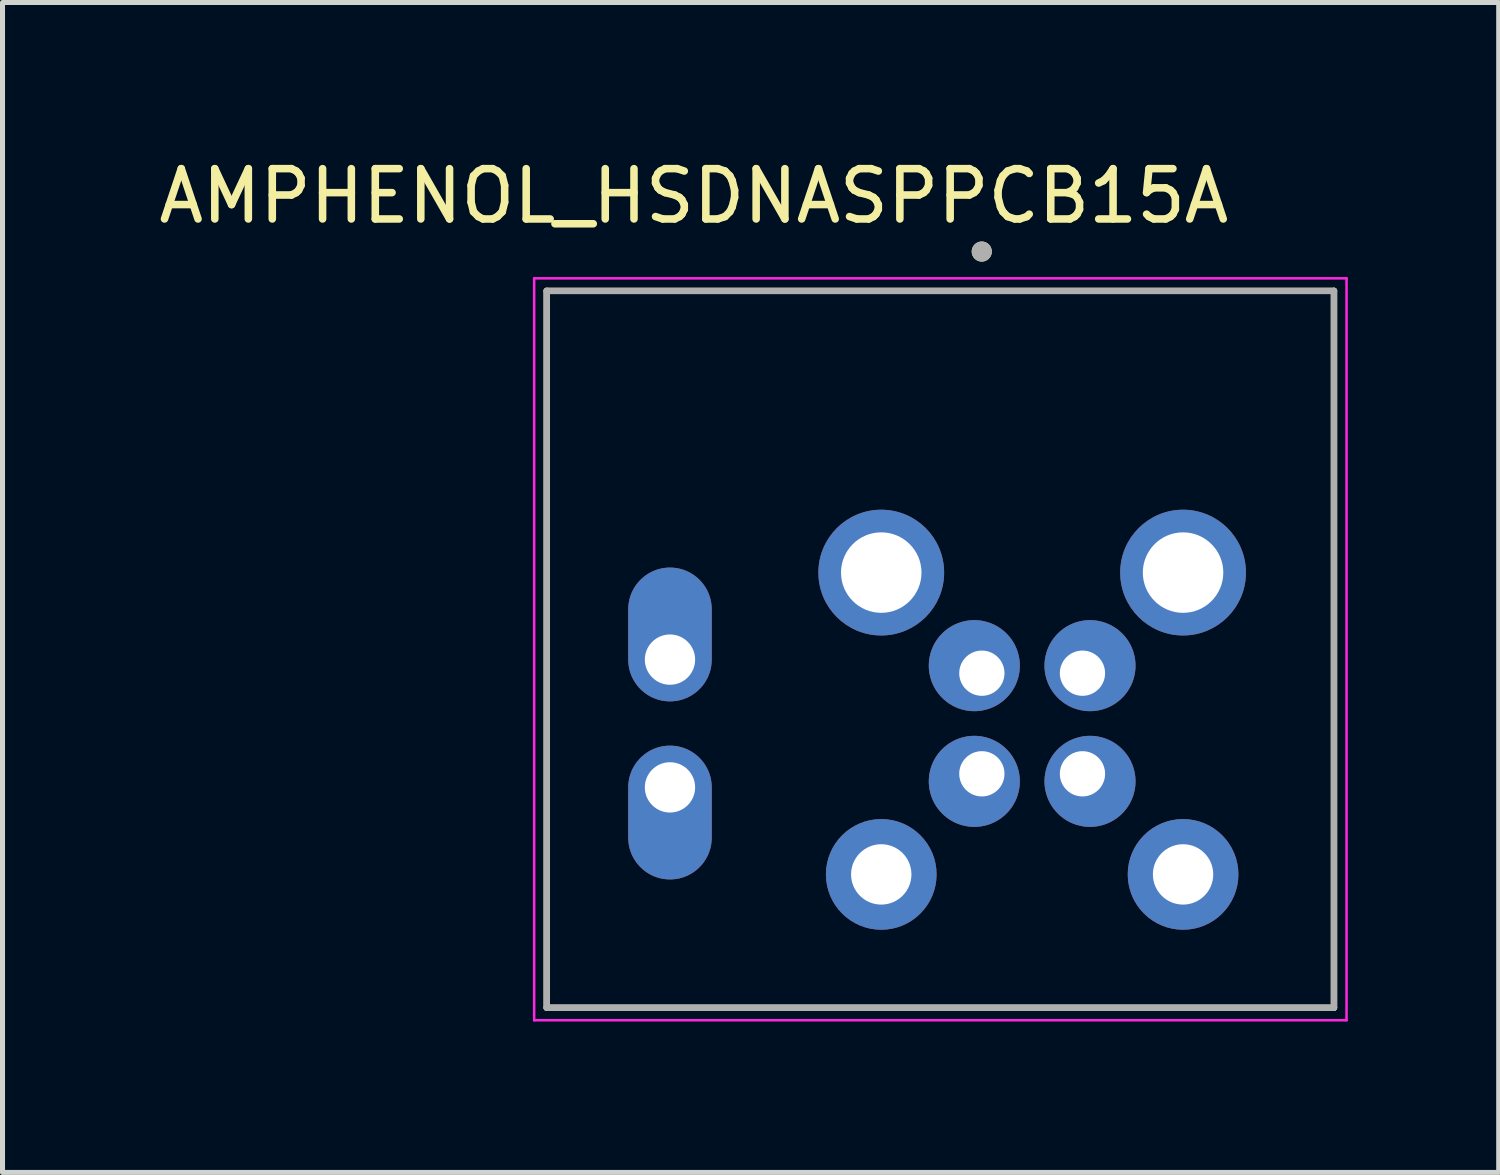
<source format=kicad_pcb>
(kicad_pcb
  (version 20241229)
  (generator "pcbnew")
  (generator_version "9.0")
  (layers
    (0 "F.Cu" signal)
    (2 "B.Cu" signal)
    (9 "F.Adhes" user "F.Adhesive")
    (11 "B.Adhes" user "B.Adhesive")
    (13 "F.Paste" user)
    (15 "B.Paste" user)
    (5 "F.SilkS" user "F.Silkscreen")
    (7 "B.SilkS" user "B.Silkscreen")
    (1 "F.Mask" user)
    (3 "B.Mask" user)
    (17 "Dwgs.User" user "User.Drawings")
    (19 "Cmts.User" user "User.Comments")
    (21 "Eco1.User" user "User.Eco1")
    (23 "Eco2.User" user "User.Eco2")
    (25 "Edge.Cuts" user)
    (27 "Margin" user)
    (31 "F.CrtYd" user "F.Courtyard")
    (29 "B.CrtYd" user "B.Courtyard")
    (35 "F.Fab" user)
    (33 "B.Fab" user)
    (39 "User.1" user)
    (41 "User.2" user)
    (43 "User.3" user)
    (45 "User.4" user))
  (footprint "AMPHENOL_HSDNASPPCB15A"
    (layer "F.Cu")
    (at 17.469 11.333)
    (property "Reference" "AMPHENOL_HSDNASPPCB15A" (at -6.725 -10.485 0) (layer "F.SilkS") (effects (font (size 1 1) (thickness 0.15))))
    (attr through_hole)
    (fp_poly (pts (xy -1.15 -0.15) (xy -1.202 -0.151) (xy -1.255 -0.155) (xy -1.306 -0.162) (xy -1.358 -0.172) (xy -1.409 -0.184) (xy -1.459 -0.199) (xy -1.508 -0.216) (xy -1.557 -0.236) (xy -1.604 -0.259) (xy -1.65 -0.284) (xy -1.695 -0.311) (xy -1.738 -0.341) (xy -1.779 -0.373) (xy -1.819 -0.407) (xy -1.857 -0.443) (xy -1.893 -0.481) (xy -1.927 -0.521) (xy -1.959 -0.562) (xy -1.989 -0.605) (xy -2.016 -0.65) (xy -2.041 -0.696) (xy -2.064 -0.743) (xy -2.084 -0.792) (xy -2.101 -0.841) (xy -2.116 -0.891) (xy -2.128 -0.942) (xy -2.138 -0.994) (xy -2.145 -1.045) (xy -2.149 -1.098) (xy -2.15 -1.15) (xy -2.149 -1.202) (xy -2.145 -1.255) (xy -2.138 -1.306) (xy -2.128 -1.358) (xy -2.116 -1.409) (xy -2.101 -1.459) (xy -2.084 -1.508) (xy -2.064 -1.557) (xy -2.041 -1.604) (xy -2.016 -1.65) (xy -1.989 -1.695) (xy -1.959 -1.738) (xy -1.927 -1.779) (xy -1.893 -1.819) (xy -1.857 -1.857) (xy -1.819 -1.893) (xy -1.779 -1.927) (xy -1.738 -1.959) (xy -1.695 -1.989) (xy -1.65 -2.016) (xy -1.604 -2.041) (xy -1.557 -2.064) (xy -1.508 -2.084) (xy -1.459 -2.101) (xy -1.409 -2.116) (xy -1.358 -2.128) (xy -1.306 -2.138) (xy -1.255 -2.145) (xy -1.202 -2.149) (xy -1.15 -2.15) (xy -1.098 -2.149) (xy -1.045 -2.145) (xy -0.994 -2.138) (xy -0.942 -2.128) (xy -0.891 -2.116) (xy -0.841 -2.101) (xy -0.792 -2.084) (xy -0.743 -2.064) (xy -0.696 -2.041) (xy -0.65 -2.016) (xy -0.605 -1.989) (xy -0.562 -1.959) (xy -0.521 -1.927) (xy -0.481 -1.893) (xy -0.443 -1.857) (xy -0.407 -1.819) (xy -0.373 -1.779) (xy -0.341 -1.738) (xy -0.311 -1.695) (xy -0.284 -1.65) (xy -0.259 -1.604) (xy -0.236 -1.557) (xy -0.216 -1.508) (xy -0.199 -1.459) (xy -0.184 -1.409) (xy -0.172 -1.358) (xy -0.162 -1.306) (xy -0.155 -1.255) (xy -0.151 -1.202) (xy -0.15 -1.15) (xy -0.151 -1.098) (xy -0.155 -1.045) (xy -0.162 -0.994) (xy -0.172 -0.942) (xy -0.184 -0.891) (xy -0.199 -0.841) (xy -0.216 -0.792) (xy -0.236 -0.743) (xy -0.259 -0.696) (xy -0.284 -0.65) (xy -0.311 -0.605) (xy -0.341 -0.562) (xy -0.373 -0.521) (xy -0.407 -0.481) (xy -0.443 -0.443) (xy -0.481 -0.407) (xy -0.521 -0.373) (xy -0.562 -0.341) (xy -0.605 -0.311) (xy -0.65 -0.284) (xy -0.696 -0.259) (xy -0.743 -0.236) (xy -0.792 -0.216) (xy -0.841 -0.199) (xy -0.891 -0.184) (xy -0.942 -0.172) (xy -0.994 -0.162) (xy -1.045 -0.155) (xy -1.098 -0.151) (xy -1.15 -0.15)) (stroke (width 0.01) (type solid)) (fill yes) (layer "F.Mask"))
    (fp_poly (pts (xy -1.15 2.15) (xy -1.202 2.149) (xy -1.255 2.145) (xy -1.306 2.138) (xy -1.358 2.128) (xy -1.409 2.116) (xy -1.459 2.101) (xy -1.508 2.084) (xy -1.557 2.064) (xy -1.604 2.041) (xy -1.65 2.016) (xy -1.695 1.989) (xy -1.738 1.959) (xy -1.779 1.927) (xy -1.819 1.893) (xy -1.857 1.857) (xy -1.893 1.819) (xy -1.927 1.779) (xy -1.959 1.738) (xy -1.989 1.695) (xy -2.016 1.65) (xy -2.041 1.604) (xy -2.064 1.557) (xy -2.084 1.508) (xy -2.101 1.459) (xy -2.116 1.409) (xy -2.128 1.358) (xy -2.138 1.306) (xy -2.145 1.255) (xy -2.149 1.202) (xy -2.15 1.15) (xy -2.149 1.098) (xy -2.145 1.045) (xy -2.138 0.994) (xy -2.128 0.942) (xy -2.116 0.891) (xy -2.101 0.841) (xy -2.084 0.792) (xy -2.064 0.743) (xy -2.041 0.696) (xy -2.016 0.65) (xy -1.989 0.605) (xy -1.959 0.562) (xy -1.927 0.521) (xy -1.893 0.481) (xy -1.857 0.443) (xy -1.819 0.407) (xy -1.779 0.373) (xy -1.738 0.341) (xy -1.695 0.311) (xy -1.65 0.284) (xy -1.604 0.259) (xy -1.557 0.236) (xy -1.508 0.216) (xy -1.459 0.199) (xy -1.409 0.184) (xy -1.358 0.172) (xy -1.306 0.162) (xy -1.255 0.155) (xy -1.202 0.151) (xy -1.15 0.15) (xy -1.098 0.151) (xy -1.045 0.155) (xy -0.994 0.162) (xy -0.942 0.172) (xy -0.891 0.184) (xy -0.841 0.199) (xy -0.792 0.216) (xy -0.743 0.236) (xy -0.696 0.259) (xy -0.65 0.284) (xy -0.605 0.311) (xy -0.562 0.341) (xy -0.521 0.373) (xy -0.481 0.407) (xy -0.443 0.443) (xy -0.407 0.481) (xy -0.373 0.521) (xy -0.341 0.562) (xy -0.311 0.605) (xy -0.284 0.65) (xy -0.259 0.696) (xy -0.236 0.743) (xy -0.216 0.792) (xy -0.199 0.841) (xy -0.184 0.891) (xy -0.172 0.942) (xy -0.162 0.994) (xy -0.155 1.045) (xy -0.151 1.098) (xy -0.15 1.15) (xy -0.151 1.202) (xy -0.155 1.255) (xy -0.162 1.306) (xy -0.172 1.358) (xy -0.184 1.409) (xy -0.199 1.459) (xy -0.216 1.508) (xy -0.236 1.557) (xy -0.259 1.604) (xy -0.284 1.65) (xy -0.311 1.695) (xy -0.341 1.738) (xy -0.373 1.779) (xy -0.407 1.819) (xy -0.443 1.857) (xy -0.481 1.893) (xy -0.521 1.927) (xy -0.562 1.959) (xy -0.605 1.989) (xy -0.65 2.016) (xy -0.696 2.041) (xy -0.743 2.064) (xy -0.792 2.084) (xy -0.841 2.101) (xy -0.891 2.116) (xy -0.942 2.128) (xy -0.994 2.138) (xy -1.045 2.145) (xy -1.098 2.149) (xy -1.15 2.15)) (stroke (width 0.01) (type solid)) (fill yes) (layer "F.Mask"))
    (fp_poly (pts (xy 1.15 -0.15) (xy 1.098 -0.151) (xy 1.045 -0.155) (xy 0.994 -0.162) (xy 0.942 -0.172) (xy 0.891 -0.184) (xy 0.841 -0.199) (xy 0.792 -0.216) (xy 0.743 -0.236) (xy 0.696 -0.259) (xy 0.65 -0.284) (xy 0.605 -0.311) (xy 0.562 -0.341) (xy 0.521 -0.373) (xy 0.481 -0.407) (xy 0.443 -0.443) (xy 0.407 -0.481) (xy 0.373 -0.521) (xy 0.341 -0.562) (xy 0.311 -0.605) (xy 0.284 -0.65) (xy 0.259 -0.696) (xy 0.236 -0.743) (xy 0.216 -0.792) (xy 0.199 -0.841) (xy 0.184 -0.891) (xy 0.172 -0.942) (xy 0.162 -0.994) (xy 0.155 -1.045) (xy 0.151 -1.098) (xy 0.15 -1.15) (xy 0.151 -1.202) (xy 0.155 -1.255) (xy 0.162 -1.306) (xy 0.172 -1.358) (xy 0.184 -1.409) (xy 0.199 -1.459) (xy 0.216 -1.508) (xy 0.236 -1.557) (xy 0.259 -1.604) (xy 0.284 -1.65) (xy 0.311 -1.695) (xy 0.341 -1.738) (xy 0.373 -1.779) (xy 0.407 -1.819) (xy 0.443 -1.857) (xy 0.481 -1.893) (xy 0.521 -1.927) (xy 0.562 -1.959) (xy 0.605 -1.989) (xy 0.65 -2.016) (xy 0.696 -2.041) (xy 0.743 -2.064) (xy 0.792 -2.084) (xy 0.841 -2.101) (xy 0.891 -2.116) (xy 0.942 -2.128) (xy 0.994 -2.138) (xy 1.045 -2.145) (xy 1.098 -2.149) (xy 1.15 -2.15) (xy 1.202 -2.149) (xy 1.255 -2.145) (xy 1.306 -2.138) (xy 1.358 -2.128) (xy 1.409 -2.116) (xy 1.459 -2.101) (xy 1.508 -2.084) (xy 1.557 -2.064) (xy 1.604 -2.041) (xy 1.65 -2.016) (xy 1.695 -1.989) (xy 1.738 -1.959) (xy 1.779 -1.927) (xy 1.819 -1.893) (xy 1.857 -1.857) (xy 1.893 -1.819) (xy 1.927 -1.779) (xy 1.959 -1.738) (xy 1.989 -1.695) (xy 2.016 -1.65) (xy 2.041 -1.604) (xy 2.064 -1.557) (xy 2.084 -1.508) (xy 2.101 -1.459) (xy 2.116 -1.409) (xy 2.128 -1.358) (xy 2.138 -1.306) (xy 2.145 -1.255) (xy 2.149 -1.202) (xy 2.15 -1.15) (xy 2.149 -1.098) (xy 2.145 -1.045) (xy 2.138 -0.994) (xy 2.128 -0.942) (xy 2.116 -0.891) (xy 2.101 -0.841) (xy 2.084 -0.792) (xy 2.064 -0.743) (xy 2.041 -0.696) (xy 2.016 -0.65) (xy 1.989 -0.605) (xy 1.959 -0.562) (xy 1.927 -0.521) (xy 1.893 -0.481) (xy 1.857 -0.443) (xy 1.819 -0.407) (xy 1.779 -0.373) (xy 1.738 -0.341) (xy 1.695 -0.311) (xy 1.65 -0.284) (xy 1.604 -0.259) (xy 1.557 -0.236) (xy 1.508 -0.216) (xy 1.459 -0.199) (xy 1.409 -0.184) (xy 1.358 -0.172) (xy 1.306 -0.162) (xy 1.255 -0.155) (xy 1.202 -0.151) (xy 1.15 -0.15)) (stroke (width 0.01) (type solid)) (fill yes) (layer "F.Mask"))
    (fp_poly (pts (xy 1.15 2.15) (xy 1.098 2.149) (xy 1.045 2.145) (xy 0.994 2.138) (xy 0.942 2.128) (xy 0.891 2.116) (xy 0.841 2.101) (xy 0.792 2.084) (xy 0.743 2.064) (xy 0.696 2.041) (xy 0.65 2.016) (xy 0.605 1.989) (xy 0.562 1.959) (xy 0.521 1.927) (xy 0.481 1.893) (xy 0.443 1.857) (xy 0.407 1.819) (xy 0.373 1.779) (xy 0.341 1.738) (xy 0.311 1.695) (xy 0.284 1.65) (xy 0.259 1.604) (xy 0.236 1.557) (xy 0.216 1.508) (xy 0.199 1.459) (xy 0.184 1.409) (xy 0.172 1.358) (xy 0.162 1.306) (xy 0.155 1.255) (xy 0.151 1.202) (xy 0.15 1.15) (xy 0.151 1.098) (xy 0.155 1.045) (xy 0.162 0.994) (xy 0.172 0.942) (xy 0.184 0.891) (xy 0.199 0.841) (xy 0.216 0.792) (xy 0.236 0.743) (xy 0.259 0.696) (xy 0.284 0.65) (xy 0.311 0.605) (xy 0.341 0.562) (xy 0.373 0.521) (xy 0.407 0.481) (xy 0.443 0.443) (xy 0.481 0.407) (xy 0.521 0.373) (xy 0.562 0.341) (xy 0.605 0.311) (xy 0.65 0.284) (xy 0.696 0.259) (xy 0.743 0.236) (xy 0.792 0.216) (xy 0.841 0.199) (xy 0.891 0.184) (xy 0.942 0.172) (xy 0.994 0.162) (xy 1.045 0.155) (xy 1.098 0.151) (xy 1.15 0.15) (xy 1.202 0.151) (xy 1.255 0.155) (xy 1.306 0.162) (xy 1.358 0.172) (xy 1.409 0.184) (xy 1.459 0.199) (xy 1.508 0.216) (xy 1.557 0.236) (xy 1.604 0.259) (xy 1.65 0.284) (xy 1.695 0.311) (xy 1.738 0.341) (xy 1.779 0.373) (xy 1.819 0.407) (xy 1.857 0.443) (xy 1.893 0.481) (xy 1.927 0.521) (xy 1.959 0.562) (xy 1.989 0.605) (xy 2.016 0.65) (xy 2.041 0.696) (xy 2.064 0.743) (xy 2.084 0.792) (xy 2.101 0.841) (xy 2.116 0.891) (xy 2.128 0.942) (xy 2.138 0.994) (xy 2.145 1.045) (xy 2.149 1.098) (xy 2.15 1.15) (xy 2.149 1.202) (xy 2.145 1.255) (xy 2.138 1.306) (xy 2.128 1.358) (xy 2.116 1.409) (xy 2.101 1.459) (xy 2.084 1.508) (xy 2.064 1.557) (xy 2.041 1.604) (xy 2.016 1.65) (xy 1.989 1.695) (xy 1.959 1.738) (xy 1.927 1.779) (xy 1.893 1.819) (xy 1.857 1.857) (xy 1.819 1.893) (xy 1.779 1.927) (xy 1.738 1.959) (xy 1.695 1.989) (xy 1.65 2.016) (xy 1.604 2.041) (xy 1.557 2.064) (xy 1.508 2.084) (xy 1.459 2.101) (xy 1.409 2.116) (xy 1.358 2.128) (xy 1.306 2.138) (xy 1.255 2.145) (xy 1.202 2.149) (xy 1.15 2.15)) (stroke (width 0.01) (type solid)) (fill yes) (layer "F.Mask"))
    (fp_poly (pts (xy -8.125 -1.27) (xy -8.125 -2.27) (xy -8.124 -2.318) (xy -8.12 -2.367) (xy -8.114 -2.415) (xy -8.105 -2.462) (xy -8.093 -2.509) (xy -8.08 -2.556) (xy -8.064 -2.601) (xy -8.045 -2.646) (xy -8.024 -2.69) (xy -8.001 -2.732) (xy -7.976 -2.774) (xy -7.948 -2.814) (xy -7.919 -2.852) (xy -7.887 -2.889) (xy -7.854 -2.924) (xy -7.819 -2.957) (xy -7.782 -2.989) (xy -7.744 -3.018) (xy -7.704 -3.046) (xy -7.662 -3.071) (xy -7.62 -3.094) (xy -7.576 -3.115) (xy -7.531 -3.134) (xy -7.486 -3.15) (xy -7.439 -3.163) (xy -7.392 -3.175) (xy -7.345 -3.184) (xy -7.297 -3.19) (xy -7.248 -3.194) (xy -7.2 -3.195) (xy -7.152 -3.194) (xy -7.103 -3.19) (xy -7.055 -3.184) (xy -7.008 -3.175) (xy -6.961 -3.163) (xy -6.914 -3.15) (xy -6.869 -3.134) (xy -6.824 -3.115) (xy -6.78 -3.094) (xy -6.738 -3.071) (xy -6.696 -3.046) (xy -6.656 -3.018) (xy -6.618 -2.989) (xy -6.581 -2.957) (xy -6.546 -2.924) (xy -6.513 -2.889) (xy -6.481 -2.852) (xy -6.452 -2.814) (xy -6.424 -2.774) (xy -6.399 -2.732) (xy -6.376 -2.69) (xy -6.355 -2.646) (xy -6.336 -2.601) (xy -6.32 -2.556) (xy -6.307 -2.509) (xy -6.295 -2.462) (xy -6.286 -2.415) (xy -6.28 -2.367) (xy -6.276 -2.318) (xy -6.275 -2.27) (xy -6.275 -1.27) (xy -6.276 -1.222) (xy -6.28 -1.173) (xy -6.286 -1.125) (xy -6.295 -1.078) (xy -6.307 -1.031) (xy -6.32 -0.984) (xy -6.336 -0.939) (xy -6.355 -0.894) (xy -6.376 -0.85) (xy -6.399 -0.808) (xy -6.424 -0.766) (xy -6.452 -0.726) (xy -6.481 -0.688) (xy -6.513 -0.651) (xy -6.546 -0.616) (xy -6.581 -0.583) (xy -6.618 -0.551) (xy -6.656 -0.522) (xy -6.696 -0.494) (xy -6.738 -0.469) (xy -6.78 -0.446) (xy -6.824 -0.425) (xy -6.869 -0.406) (xy -6.914 -0.39) (xy -6.961 -0.377) (xy -7.008 -0.365) (xy -7.055 -0.356) (xy -7.103 -0.35) (xy -7.152 -0.346) (xy -7.2 -0.345) (xy -7.248 -0.346) (xy -7.297 -0.35) (xy -7.345 -0.356) (xy -7.392 -0.365) (xy -7.439 -0.377) (xy -7.486 -0.39) (xy -7.531 -0.406) (xy -7.576 -0.425) (xy -7.62 -0.446) (xy -7.662 -0.469) (xy -7.704 -0.494) (xy -7.744 -0.522) (xy -7.782 -0.551) (xy -7.819 -0.583) (xy -7.854 -0.616) (xy -7.887 -0.651) (xy -7.919 -0.688) (xy -7.948 -0.726) (xy -7.976 -0.766) (xy -8.001 -0.807) (xy -8.024 -0.85) (xy -8.045 -0.894) (xy -8.064 -0.939) (xy -8.08 -0.984) (xy -8.093 -1.031) (xy -8.105 -1.078) (xy -8.114 -1.125) (xy -8.12 -1.173) (xy -8.124 -1.222) (xy -8.125 -1.27)) (stroke (width 0.01) (type solid)) (fill yes) (layer "F.Mask"))
    (fp_poly (pts (xy -6.275 1.27) (xy -6.275 2.27) (xy -6.276 2.318) (xy -6.28 2.367) (xy -6.286 2.415) (xy -6.295 2.462) (xy -6.307 2.509) (xy -6.32 2.556) (xy -6.336 2.601) (xy -6.355 2.646) (xy -6.376 2.69) (xy -6.399 2.732) (xy -6.424 2.774) (xy -6.452 2.814) (xy -6.481 2.852) (xy -6.513 2.889) (xy -6.546 2.924) (xy -6.581 2.957) (xy -6.618 2.989) (xy -6.656 3.018) (xy -6.696 3.046) (xy -6.738 3.071) (xy -6.78 3.094) (xy -6.824 3.115) (xy -6.869 3.134) (xy -6.914 3.15) (xy -6.961 3.163) (xy -7.008 3.175) (xy -7.055 3.184) (xy -7.103 3.19) (xy -7.152 3.194) (xy -7.2 3.195) (xy -7.248 3.194) (xy -7.297 3.19) (xy -7.345 3.184) (xy -7.392 3.175) (xy -7.439 3.163) (xy -7.486 3.15) (xy -7.531 3.134) (xy -7.576 3.115) (xy -7.62 3.094) (xy -7.662 3.071) (xy -7.704 3.046) (xy -7.744 3.018) (xy -7.782 2.989) (xy -7.819 2.957) (xy -7.854 2.924) (xy -7.887 2.889) (xy -7.919 2.852) (xy -7.948 2.814) (xy -7.976 2.774) (xy -8.001 2.732) (xy -8.024 2.69) (xy -8.045 2.646) (xy -8.064 2.601) (xy -8.08 2.556) (xy -8.093 2.509) (xy -8.105 2.462) (xy -8.114 2.415) (xy -8.12 2.367) (xy -8.124 2.318) (xy -8.125 2.27) (xy -8.125 1.27) (xy -8.124 1.222) (xy -8.12 1.173) (xy -8.114 1.125) (xy -8.105 1.078) (xy -8.093 1.031) (xy -8.08 0.984) (xy -8.064 0.939) (xy -8.045 0.894) (xy -8.024 0.85) (xy -8.001 0.808) (xy -7.976 0.766) (xy -7.948 0.726) (xy -7.919 0.688) (xy -7.887 0.651) (xy -7.854 0.616) (xy -7.819 0.583) (xy -7.782 0.551) (xy -7.744 0.522) (xy -7.704 0.494) (xy -7.662 0.469) (xy -7.62 0.446) (xy -7.576 0.425) (xy -7.531 0.406) (xy -7.486 0.39) (xy -7.439 0.377) (xy -7.392 0.365) (xy -7.345 0.356) (xy -7.297 0.35) (xy -7.248 0.346) (xy -7.2 0.345) (xy -7.152 0.346) (xy -7.103 0.35) (xy -7.055 0.356) (xy -7.008 0.365) (xy -6.961 0.377) (xy -6.914 0.39) (xy -6.869 0.406) (xy -6.824 0.425) (xy -6.78 0.446) (xy -6.738 0.469) (xy -6.696 0.494) (xy -6.656 0.522) (xy -6.618 0.551) (xy -6.581 0.583) (xy -6.546 0.616) (xy -6.513 0.651) (xy -6.481 0.688) (xy -6.452 0.726) (xy -6.424 0.766) (xy -6.399 0.808) (xy -6.376 0.85) (xy -6.355 0.894) (xy -6.336 0.939) (xy -6.32 0.984) (xy -6.307 1.031) (xy -6.295 1.078) (xy -6.286 1.125) (xy -6.28 1.173) (xy -6.276 1.222) (xy -6.275 1.27)) (stroke (width 0.01) (type solid)) (fill yes) (layer "F.Mask"))
    (fp_line (start -9.65 -8.6) (end 6 -8.6) (stroke (width 0.127) (type solid)) (layer "F.SilkS"))
    (fp_line (start -9.65 5.65) (end -9.65 -8.6) (stroke (width 0.127) (type solid)) (layer "F.SilkS"))
    (fp_line (start 6 -8.6) (end 6 5.65) (stroke (width 0.127) (type solid)) (layer "F.SilkS"))
    (fp_line (start 6 5.65) (end -9.65 5.65) (stroke (width 0.127) (type solid)) (layer "F.SilkS"))
    (fp_circle (center -1.002 -9.382) (end -0.902 -9.382) (stroke (width 0.2) (type solid)) (fill no) (layer "F.SilkS"))
    (fp_line (start -9.9 -8.85) (end -9.9 5.9) (stroke (width 0.05) (type solid)) (layer "F.CrtYd"))
    (fp_line (start -9.9 5.9) (end 6.25 5.9) (stroke (width 0.05) (type solid)) (layer "F.CrtYd"))
    (fp_line (start 6.25 -8.85) (end -9.9 -8.85) (stroke (width 0.05) (type solid)) (layer "F.CrtYd"))
    (fp_line (start 6.25 5.9) (end 6.25 -8.85) (stroke (width 0.05) (type solid)) (layer "F.CrtYd"))
    (fp_line (start -9.65 -8.6) (end 6 -8.6) (stroke (width 0.127) (type solid)) (layer "F.Fab"))
    (fp_line (start -9.65 5.65) (end -9.65 -8.6) (stroke (width 0.127) (type solid)) (layer "F.Fab"))
    (fp_line (start 6 -8.6) (end 6 5.65) (stroke (width 0.127) (type solid)) (layer "F.Fab"))
    (fp_line (start 6 5.65) (end -9.65 5.65) (stroke (width 0.127) (type solid)) (layer "F.Fab"))
    (fp_circle (center -1.002 -9.382) (end -0.902 -9.382) (stroke (width 0.2) (type solid)) (fill no) (layer "F.Fab"))
    (pad "1" thru_hole custom (at -1 -1) (size 1.2 1.2) (drill 0.9) (layers "*.Cu" "*.Mask") (options (anchor circle)) (primitives (gr_poly (pts (xy -0.15 0.75) (xy -0.197 0.749) (xy -0.244 0.745) (xy -0.291 0.739) (xy -0.337 0.73) (xy -0.383 0.719) (xy -0.428 0.706) (xy -0.473 0.69) (xy -0.516 0.672) (xy -0.559 0.652) (xy -0.6 0.629) (xy -0.64 0.605) (xy -0.679 0.578) (xy -0.716 0.549) (xy -0.752 0.519) (xy -0.786 0.486) (xy -0.819 0.452) (xy -0.849 0.416) (xy -0.878 0.379) (xy -0.905 0.34) (xy -0.929 0.3) (xy -0.952 0.259) (xy -0.972 0.216) (xy -0.99 0.173) (xy -1.006 0.128) (xy -1.019 0.083) (xy -1.03 0.037) (xy -1.039 -0.009) (xy -1.045 -0.056) (xy -1.049 -0.103) (xy -1.05 -0.15) (xy -1.049 -0.197) (xy -1.045 -0.244) (xy -1.039 -0.291) (xy -1.03 -0.337) (xy -1.019 -0.383) (xy -1.006 -0.428) (xy -0.99 -0.473) (xy -0.972 -0.516) (xy -0.952 -0.559) (xy -0.929 -0.6) (xy -0.905 -0.64) (xy -0.878 -0.679) (xy -0.849 -0.716) (xy -0.819 -0.752) (xy -0.786 -0.786) (xy -0.752 -0.819) (xy -0.716 -0.849) (xy -0.679 -0.878) (xy -0.64 -0.905) (xy -0.6 -0.929) (xy -0.559 -0.952) (xy -0.516 -0.972) (xy -0.473 -0.99) (xy -0.428 -1.006) (xy -0.383 -1.019) (xy -0.337 -1.03) (xy -0.291 -1.039) (xy -0.244 -1.045) (xy -0.197 -1.049) (xy -0.15 -1.05) (xy -0.103 -1.049) (xy -0.056 -1.045) (xy -0.009 -1.039) (xy 0.037 -1.03) (xy 0.083 -1.019) (xy 0.128 -1.006) (xy 0.173 -0.99) (xy 0.216 -0.972) (xy 0.259 -0.952) (xy 0.3 -0.929) (xy 0.34 -0.905) (xy 0.379 -0.878) (xy 0.416 -0.849) (xy 0.452 -0.819) (xy 0.486 -0.786) (xy 0.519 -0.752) (xy 0.549 -0.716) (xy 0.578 -0.679) (xy 0.605 -0.64) (xy 0.629 -0.6) (xy 0.652 -0.559) (xy 0.672 -0.516) (xy 0.69 -0.473) (xy 0.706 -0.428) (xy 0.719 -0.383) (xy 0.73 -0.337) (xy 0.739 -0.291) (xy 0.745 -0.244) (xy 0.749 -0.197) (xy 0.75 -0.15) (xy 0.749 -0.103) (xy 0.745 -0.056) (xy 0.739 -0.009) (xy 0.73 0.037) (xy 0.719 0.083) (xy 0.706 0.128) (xy 0.69 0.173) (xy 0.672 0.216) (xy 0.652 0.259) (xy 0.629 0.3) (xy 0.605 0.34) (xy 0.578 0.379) (xy 0.549 0.416) (xy 0.519 0.452) (xy 0.486 0.486) (xy 0.452 0.519) (xy 0.416 0.549) (xy 0.379 0.578) (xy 0.34 0.605) (xy 0.3 0.629) (xy 0.259 0.652) (xy 0.216 0.672) (xy 0.173 0.69) (xy 0.128 0.706) (xy 0.083 0.719) (xy 0.037 0.73) (xy -0.009 0.739) (xy -0.056 0.745) (xy -0.103 0.749) (xy -0.15 0.75)) (width 0.01) (fill yes))))
    (pad "2" thru_hole custom (at -1 1) (size 1.2 1.2) (drill 0.9) (layers "*.Cu" "*.Mask") (options (anchor circle)) (primitives (gr_poly (pts (xy -0.15 1.05) (xy -0.197 1.049) (xy -0.244 1.045) (xy -0.291 1.039) (xy -0.337 1.03) (xy -0.383 1.019) (xy -0.428 1.006) (xy -0.473 0.99) (xy -0.516 0.972) (xy -0.559 0.952) (xy -0.6 0.929) (xy -0.64 0.905) (xy -0.679 0.878) (xy -0.716 0.849) (xy -0.752 0.819) (xy -0.786 0.786) (xy -0.819 0.752) (xy -0.849 0.716) (xy -0.878 0.679) (xy -0.905 0.64) (xy -0.929 0.6) (xy -0.952 0.559) (xy -0.972 0.516) (xy -0.99 0.473) (xy -1.006 0.428) (xy -1.019 0.383) (xy -1.03 0.337) (xy -1.039 0.291) (xy -1.045 0.244) (xy -1.049 0.197) (xy -1.05 0.15) (xy -1.049 0.103) (xy -1.045 0.056) (xy -1.039 0.009) (xy -1.03 -0.037) (xy -1.019 -0.083) (xy -1.006 -0.128) (xy -0.99 -0.173) (xy -0.972 -0.216) (xy -0.952 -0.259) (xy -0.929 -0.3) (xy -0.905 -0.34) (xy -0.878 -0.379) (xy -0.849 -0.416) (xy -0.819 -0.452) (xy -0.786 -0.486) (xy -0.752 -0.519) (xy -0.716 -0.549) (xy -0.679 -0.578) (xy -0.64 -0.605) (xy -0.6 -0.629) (xy -0.559 -0.652) (xy -0.516 -0.672) (xy -0.473 -0.69) (xy -0.428 -0.706) (xy -0.383 -0.719) (xy -0.337 -0.73) (xy -0.291 -0.739) (xy -0.244 -0.745) (xy -0.197 -0.749) (xy -0.15 -0.75) (xy -0.103 -0.749) (xy -0.056 -0.745) (xy -0.009 -0.739) (xy 0.037 -0.73) (xy 0.083 -0.719) (xy 0.128 -0.706) (xy 0.173 -0.69) (xy 0.216 -0.672) (xy 0.259 -0.652) (xy 0.3 -0.629) (xy 0.34 -0.605) (xy 0.379 -0.578) (xy 0.416 -0.549) (xy 0.452 -0.519) (xy 0.486 -0.486) (xy 0.519 -0.452) (xy 0.549 -0.416) (xy 0.578 -0.379) (xy 0.605 -0.34) (xy 0.629 -0.3) (xy 0.652 -0.259) (xy 0.672 -0.216) (xy 0.69 -0.173) (xy 0.706 -0.128) (xy 0.719 -0.083) (xy 0.73 -0.037) (xy 0.739 0.009) (xy 0.745 0.056) (xy 0.749 0.103) (xy 0.75 0.15) (xy 0.749 0.197) (xy 0.745 0.244) (xy 0.739 0.291) (xy 0.73 0.337) (xy 0.719 0.383) (xy 0.706 0.428) (xy 0.69 0.473) (xy 0.672 0.516) (xy 0.652 0.559) (xy 0.629 0.6) (xy 0.605 0.64) (xy 0.578 0.679) (xy 0.549 0.716) (xy 0.519 0.752) (xy 0.486 0.786) (xy 0.452 0.819) (xy 0.416 0.849) (xy 0.379 0.878) (xy 0.34 0.905) (xy 0.3 0.929) (xy 0.259 0.952) (xy 0.216 0.972) (xy 0.173 0.99) (xy 0.128 1.006) (xy 0.083 1.019) (xy 0.037 1.03) (xy -0.009 1.039) (xy -0.056 1.045) (xy -0.103 1.049) (xy -0.15 1.05)) (width 0.01) (fill yes))))
    (pad "3" thru_hole custom (at 1 1) (size 1.2 1.2) (drill 0.9) (layers "*.Cu" "*.Mask") (options (anchor circle)) (primitives (gr_poly (pts (xy 0.15 1.05) (xy 0.103 1.049) (xy 0.056 1.045) (xy 0.009 1.039) (xy -0.037 1.03) (xy -0.083 1.019) (xy -0.128 1.006) (xy -0.173 0.99) (xy -0.216 0.972) (xy -0.259 0.952) (xy -0.3 0.929) (xy -0.34 0.905) (xy -0.379 0.878) (xy -0.416 0.849) (xy -0.452 0.819) (xy -0.486 0.786) (xy -0.519 0.752) (xy -0.549 0.716) (xy -0.578 0.679) (xy -0.605 0.64) (xy -0.629 0.6) (xy -0.652 0.559) (xy -0.672 0.516) (xy -0.69 0.473) (xy -0.706 0.428) (xy -0.719 0.383) (xy -0.73 0.337) (xy -0.739 0.291) (xy -0.745 0.244) (xy -0.749 0.197) (xy -0.75 0.15) (xy -0.749 0.103) (xy -0.745 0.056) (xy -0.739 0.009) (xy -0.73 -0.037) (xy -0.719 -0.083) (xy -0.706 -0.128) (xy -0.69 -0.173) (xy -0.672 -0.216) (xy -0.652 -0.259) (xy -0.629 -0.3) (xy -0.605 -0.34) (xy -0.578 -0.379) (xy -0.549 -0.416) (xy -0.519 -0.452) (xy -0.486 -0.486) (xy -0.452 -0.519) (xy -0.416 -0.549) (xy -0.379 -0.578) (xy -0.34 -0.605) (xy -0.3 -0.629) (xy -0.259 -0.652) (xy -0.216 -0.672) (xy -0.173 -0.69) (xy -0.128 -0.706) (xy -0.083 -0.719) (xy -0.037 -0.73) (xy 0.009 -0.739) (xy 0.056 -0.745) (xy 0.103 -0.749) (xy 0.15 -0.75) (xy 0.197 -0.749) (xy 0.244 -0.745) (xy 0.291 -0.739) (xy 0.337 -0.73) (xy 0.383 -0.719) (xy 0.428 -0.706) (xy 0.473 -0.69) (xy 0.516 -0.672) (xy 0.559 -0.652) (xy 0.6 -0.629) (xy 0.64 -0.605) (xy 0.679 -0.578) (xy 0.716 -0.549) (xy 0.752 -0.519) (xy 0.786 -0.486) (xy 0.819 -0.452) (xy 0.849 -0.416) (xy 0.878 -0.379) (xy 0.905 -0.34) (xy 0.929 -0.3) (xy 0.952 -0.259) (xy 0.972 -0.216) (xy 0.99 -0.173) (xy 1.006 -0.128) (xy 1.019 -0.083) (xy 1.03 -0.037) (xy 1.039 0.009) (xy 1.045 0.056) (xy 1.049 0.103) (xy 1.05 0.15) (xy 1.049 0.197) (xy 1.045 0.244) (xy 1.039 0.291) (xy 1.03 0.337) (xy 1.019 0.383) (xy 1.006 0.428) (xy 0.99 0.473) (xy 0.972 0.516) (xy 0.952 0.559) (xy 0.929 0.6) (xy 0.905 0.64) (xy 0.878 0.679) (xy 0.849 0.716) (xy 0.819 0.752) (xy 0.786 0.786) (xy 0.752 0.819) (xy 0.716 0.849) (xy 0.679 0.878) (xy 0.64 0.905) (xy 0.6 0.929) (xy 0.559 0.952) (xy 0.516 0.972) (xy 0.473 0.99) (xy 0.428 1.006) (xy 0.383 1.019) (xy 0.337 1.03) (xy 0.291 1.039) (xy 0.244 1.045) (xy 0.197 1.049) (xy 0.15 1.05)) (width 0.01) (fill yes))))
    (pad "4" thru_hole custom (at 1 -1) (size 1.2 1.2) (drill 0.9) (layers "*.Cu" "*.Mask") (options (anchor circle)) (primitives (gr_poly (pts (xy 0.15 0.75) (xy 0.103 0.749) (xy 0.056 0.745) (xy 0.009 0.739) (xy -0.037 0.73) (xy -0.083 0.719) (xy -0.128 0.706) (xy -0.173 0.69) (xy -0.216 0.672) (xy -0.259 0.652) (xy -0.3 0.629) (xy -0.34 0.605) (xy -0.379 0.578) (xy -0.416 0.549) (xy -0.452 0.519) (xy -0.486 0.486) (xy -0.519 0.452) (xy -0.549 0.416) (xy -0.578 0.379) (xy -0.605 0.34) (xy -0.629 0.3) (xy -0.652 0.259) (xy -0.672 0.216) (xy -0.69 0.173) (xy -0.706 0.128) (xy -0.719 0.083) (xy -0.73 0.037) (xy -0.739 -0.009) (xy -0.745 -0.056) (xy -0.749 -0.103) (xy -0.75 -0.15) (xy -0.749 -0.197) (xy -0.745 -0.244) (xy -0.739 -0.291) (xy -0.73 -0.337) (xy -0.719 -0.383) (xy -0.706 -0.428) (xy -0.69 -0.473) (xy -0.672 -0.516) (xy -0.652 -0.559) (xy -0.629 -0.6) (xy -0.605 -0.64) (xy -0.578 -0.679) (xy -0.549 -0.716) (xy -0.519 -0.752) (xy -0.486 -0.786) (xy -0.452 -0.819) (xy -0.416 -0.849) (xy -0.379 -0.878) (xy -0.34 -0.905) (xy -0.3 -0.929) (xy -0.259 -0.952) (xy -0.216 -0.972) (xy -0.173 -0.99) (xy -0.128 -1.006) (xy -0.083 -1.019) (xy -0.037 -1.03) (xy 0.009 -1.039) (xy 0.056 -1.045) (xy 0.103 -1.049) (xy 0.15 -1.05) (xy 0.197 -1.049) (xy 0.244 -1.045) (xy 0.291 -1.039) (xy 0.337 -1.03) (xy 0.383 -1.019) (xy 0.428 -1.006) (xy 0.473 -0.99) (xy 0.516 -0.972) (xy 0.559 -0.952) (xy 0.6 -0.929) (xy 0.64 -0.905) (xy 0.679 -0.878) (xy 0.716 -0.849) (xy 0.752 -0.819) (xy 0.786 -0.786) (xy 0.819 -0.752) (xy 0.849 -0.716) (xy 0.878 -0.679) (xy 0.905 -0.64) (xy 0.929 -0.6) (xy 0.952 -0.559) (xy 0.972 -0.516) (xy 0.99 -0.473) (xy 1.006 -0.428) (xy 1.019 -0.383) (xy 1.03 -0.337) (xy 1.039 -0.291) (xy 1.045 -0.244) (xy 1.049 -0.197) (xy 1.05 -0.15) (xy 1.049 -0.103) (xy 1.045 -0.056) (xy 1.039 -0.009) (xy 1.03 0.037) (xy 1.019 0.083) (xy 1.006 0.128) (xy 0.99 0.173) (xy 0.972 0.216) (xy 0.952 0.259) (xy 0.929 0.3) (xy 0.905 0.34) (xy 0.878 0.379) (xy 0.849 0.416) (xy 0.819 0.452) (xy 0.786 0.486) (xy 0.752 0.519) (xy 0.716 0.549) (xy 0.679 0.578) (xy 0.64 0.605) (xy 0.6 0.629) (xy 0.559 0.652) (xy 0.516 0.672) (xy 0.473 0.69) (xy 0.428 0.706) (xy 0.383 0.719) (xy 0.337 0.73) (xy 0.291 0.739) (xy 0.244 0.745) (xy 0.197 0.749) (xy 0.15 0.75)) (width 0.01) (fill yes))))
    (pad "5" thru_hole custom (at -7.2 -1.27) (size 1.65 1.65) (drill 1) (layers "*.Cu" "*.Mask") (options (anchor circle)) (primitives (gr_poly (pts (xy -0.825 -1) (xy -0.825 0) (xy -0.824 0.043) (xy -0.82 0.086) (xy -0.815 0.129) (xy -0.807 0.172) (xy -0.797 0.214) (xy -0.785 0.255) (xy -0.77 0.296) (xy -0.754 0.336) (xy -0.735 0.375) (xy -0.714 0.412) (xy -0.692 0.449) (xy -0.667 0.485) (xy -0.641 0.519) (xy -0.613 0.552) (xy -0.583 0.583) (xy -0.552 0.613) (xy -0.519 0.641) (xy -0.485 0.667) (xy -0.449 0.692) (xy -0.413 0.714) (xy -0.375 0.735) (xy -0.336 0.754) (xy -0.296 0.77) (xy -0.255 0.785) (xy -0.214 0.797) (xy -0.172 0.807) (xy -0.129 0.815) (xy -0.086 0.82) (xy -0.043 0.824) (xy 0 0.825) (xy 0.043 0.824) (xy 0.086 0.82) (xy 0.129 0.815) (xy 0.172 0.807) (xy 0.214 0.797) (xy 0.255 0.785) (xy 0.296 0.77) (xy 0.336 0.754) (xy 0.375 0.735) (xy 0.413 0.714) (xy 0.449 0.692) (xy 0.485 0.667) (xy 0.519 0.641) (xy 0.552 0.613) (xy 0.583 0.583) (xy 0.613 0.552) (xy 0.641 0.519) (xy 0.667 0.485) (xy 0.692 0.449) (xy 0.714 0.412) (xy 0.735 0.375) (xy 0.754 0.336) (xy 0.77 0.296) (xy 0.785 0.255) (xy 0.797 0.214) (xy 0.807 0.172) (xy 0.815 0.129) (xy 0.82 0.086) (xy 0.824 0.043) (xy 0.825 0) (xy 0.825 -1) (xy 0.824 -1.043) (xy 0.82 -1.086) (xy 0.815 -1.129) (xy 0.807 -1.172) (xy 0.797 -1.214) (xy 0.785 -1.255) (xy 0.77 -1.296) (xy 0.754 -1.336) (xy 0.735 -1.375) (xy 0.714 -1.413) (xy 0.692 -1.449) (xy 0.667 -1.485) (xy 0.641 -1.519) (xy 0.613 -1.552) (xy 0.583 -1.583) (xy 0.552 -1.613) (xy 0.519 -1.641) (xy 0.485 -1.667) (xy 0.449 -1.692) (xy 0.413 -1.714) (xy 0.375 -1.735) (xy 0.336 -1.754) (xy 0.296 -1.77) (xy 0.255 -1.785) (xy 0.214 -1.797) (xy 0.172 -1.807) (xy 0.129 -1.815) (xy 0.086 -1.82) (xy 0.043 -1.824) (xy 0 -1.825) (xy -0.043 -1.824) (xy -0.086 -1.82) (xy -0.129 -1.815) (xy -0.172 -1.807) (xy -0.214 -1.797) (xy -0.255 -1.785) (xy -0.296 -1.77) (xy -0.336 -1.754) (xy -0.375 -1.735) (xy -0.412 -1.714) (xy -0.449 -1.692) (xy -0.485 -1.667) (xy -0.519 -1.641) (xy -0.552 -1.613) (xy -0.583 -1.583) (xy -0.613 -1.552) (xy -0.641 -1.519) (xy -0.667 -1.485) (xy -0.692 -1.449) (xy -0.714 -1.413) (xy -0.735 -1.375) (xy -0.754 -1.336) (xy -0.77 -1.296) (xy -0.785 -1.255) (xy -0.797 -1.214) (xy -0.807 -1.172) (xy -0.815 -1.129) (xy -0.82 -1.086) (xy -0.824 -1.043) (xy -0.825 -1)) (width 0.01) (fill yes))))
    (pad "6" thru_hole custom (at -7.2 1.27) (size 1.65 1.65) (drill 1) (layers "*.Cu" "*.Mask") (options (anchor circle)) (primitives (gr_poly (pts (xy 0.825 1) (xy 0.825 0) (xy 0.824 -0.043) (xy 0.82 -0.086) (xy 0.815 -0.129) (xy 0.807 -0.172) (xy 0.797 -0.214) (xy 0.785 -0.255) (xy 0.77 -0.296) (xy 0.754 -0.336) (xy 0.735 -0.375) (xy 0.714 -0.412) (xy 0.692 -0.449) (xy 0.667 -0.485) (xy 0.641 -0.519) (xy 0.613 -0.552) (xy 0.583 -0.583) (xy 0.552 -0.613) (xy 0.519 -0.641) (xy 0.485 -0.667) (xy 0.449 -0.692) (xy 0.413 -0.714) (xy 0.375 -0.735) (xy 0.336 -0.754) (xy 0.296 -0.77) (xy 0.255 -0.785) (xy 0.214 -0.797) (xy 0.172 -0.807) (xy 0.129 -0.815) (xy 0.086 -0.82) (xy 0.043 -0.824) (xy 0 -0.825) (xy -0.043 -0.824) (xy -0.086 -0.82) (xy -0.129 -0.815) (xy -0.172 -0.807) (xy -0.214 -0.797) (xy -0.255 -0.785) (xy -0.296 -0.77) (xy -0.336 -0.754) (xy -0.375 -0.735) (xy -0.413 -0.714) (xy -0.449 -0.692) (xy -0.485 -0.667) (xy -0.519 -0.641) (xy -0.552 -0.613) (xy -0.583 -0.583) (xy -0.613 -0.552) (xy -0.641 -0.519) (xy -0.667 -0.485) (xy -0.692 -0.449) (xy -0.714 -0.412) (xy -0.735 -0.375) (xy -0.754 -0.336) (xy -0.77 -0.296) (xy -0.785 -0.255) (xy -0.797 -0.214) (xy -0.807 -0.172) (xy -0.815 -0.129) (xy -0.82 -0.086) (xy -0.824 -0.043) (xy -0.825 0) (xy -0.825 1) (xy -0.824 1.043) (xy -0.82 1.086) (xy -0.815 1.129) (xy -0.807 1.172) (xy -0.797 1.214) (xy -0.785 1.255) (xy -0.77 1.296) (xy -0.754 1.336) (xy -0.735 1.375) (xy -0.714 1.413) (xy -0.692 1.449) (xy -0.667 1.485) (xy -0.641 1.519) (xy -0.613 1.552) (xy -0.583 1.583) (xy -0.552 1.613) (xy -0.519 1.641) (xy -0.485 1.667) (xy -0.449 1.692) (xy -0.413 1.714) (xy -0.375 1.735) (xy -0.336 1.754) (xy -0.296 1.77) (xy -0.255 1.785) (xy -0.214 1.797) (xy -0.172 1.807) (xy -0.129 1.815) (xy -0.086 1.82) (xy -0.043 1.824) (xy 0 1.825) (xy 0.043 1.824) (xy 0.086 1.82) (xy 0.129 1.815) (xy 0.172 1.807) (xy 0.214 1.797) (xy 0.255 1.785) (xy 0.296 1.77) (xy 0.336 1.754) (xy 0.375 1.735) (xy 0.413 1.714) (xy 0.449 1.692) (xy 0.485 1.667) (xy 0.519 1.641) (xy 0.552 1.613) (xy 0.583 1.583) (xy 0.613 1.552) (xy 0.641 1.519) (xy 0.667 1.485) (xy 0.692 1.449) (xy 0.714 1.413) (xy 0.735 1.375) (xy 0.754 1.336) (xy 0.77 1.296) (xy 0.785 1.255) (xy 0.797 1.214) (xy 0.807 1.172) (xy 0.815 1.129) (xy 0.82 1.086) (xy 0.824 1.043) (xy 0.825 1)) (width 0.01) (fill yes))))
    (pad "S1" thru_hole circle (at -3 -3) (size 2.5 2.5) (drill 1.6) (layers "*.Cu" "*.Mask"))
    (pad "S2" thru_hole circle (at 3 -3) (size 2.5 2.5) (drill 1.6) (layers "*.Cu" "*.Mask"))
    (pad "S3" thru_hole circle (at 3 3) (size 2.2 2.2) (drill 1.2) (layers "*.Cu" "*.Mask"))
    (pad "S4" thru_hole circle (at -3 3) (size 2.2 2.2) (drill 1.2) (layers "*.Cu" "*.Mask")))
  (gr_rect
    (start -3 -3)
    (end 26.744 20.258)
    (stroke (width 0.1) (type default))
    (fill no)
    (layer "Edge.Cuts")))
</source>
